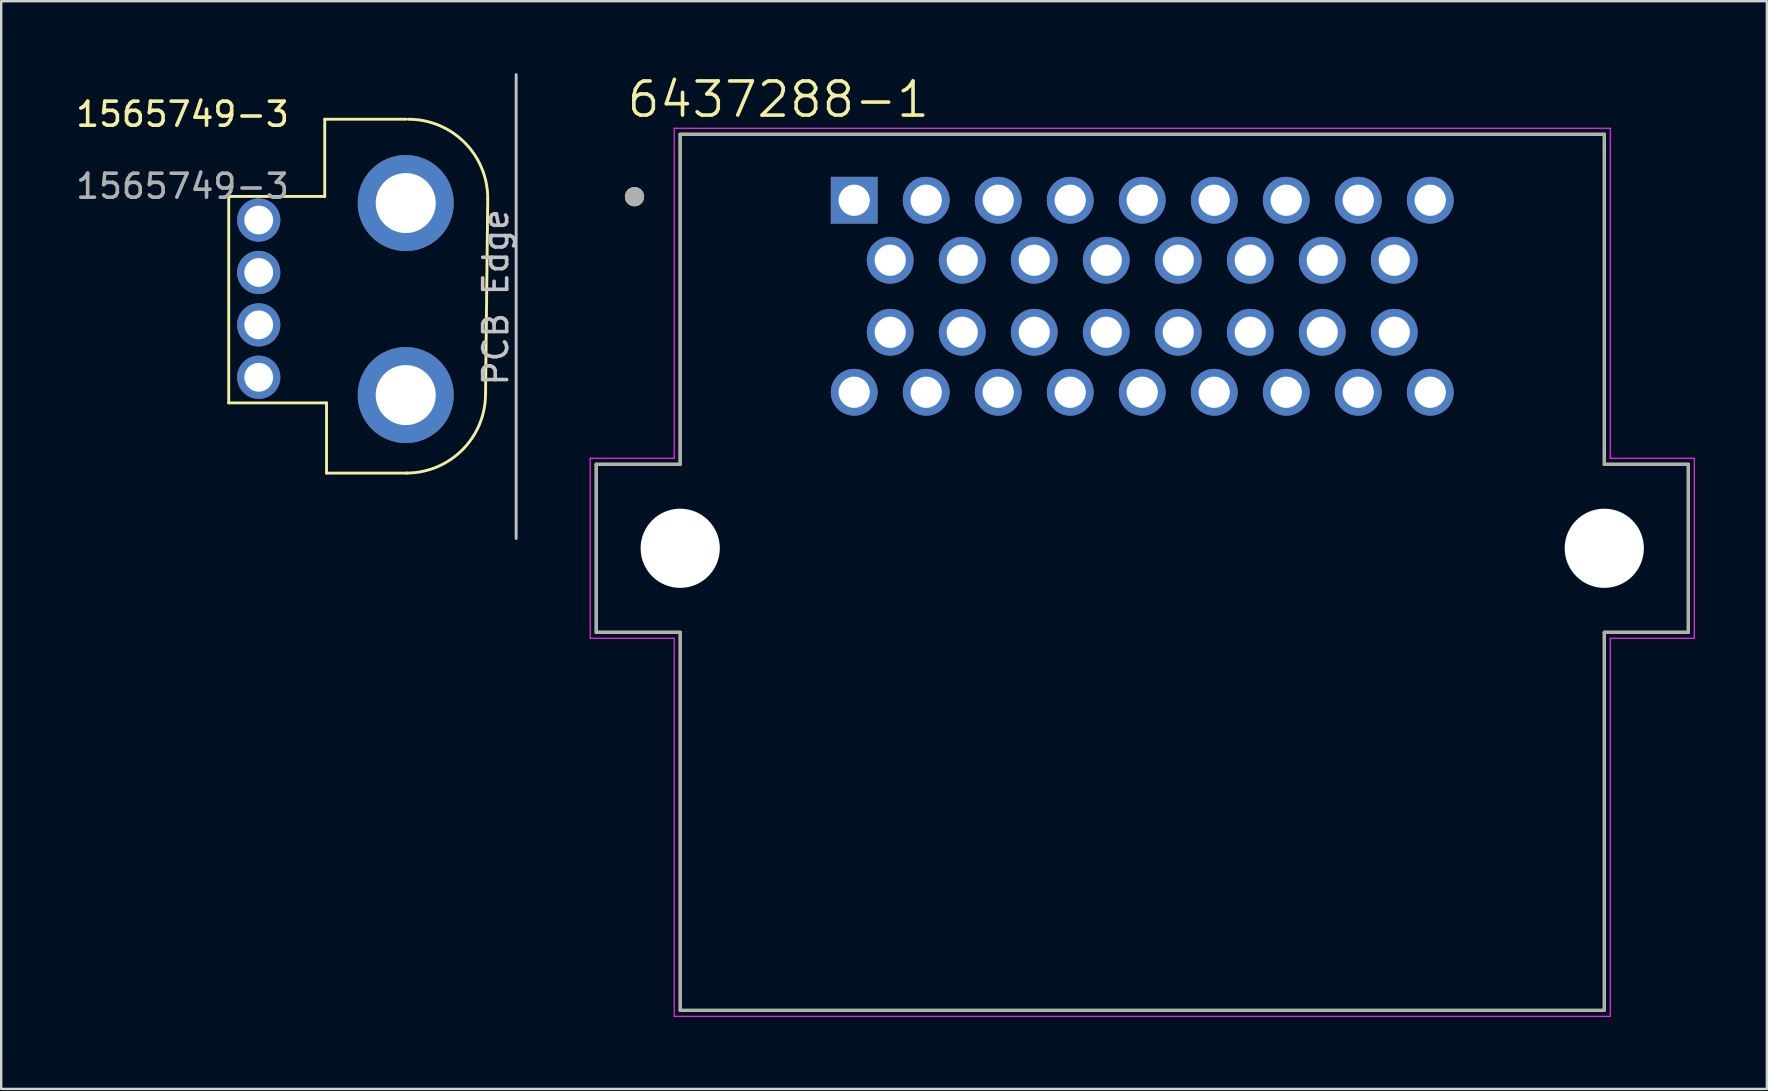
<source format=kicad_pcb>
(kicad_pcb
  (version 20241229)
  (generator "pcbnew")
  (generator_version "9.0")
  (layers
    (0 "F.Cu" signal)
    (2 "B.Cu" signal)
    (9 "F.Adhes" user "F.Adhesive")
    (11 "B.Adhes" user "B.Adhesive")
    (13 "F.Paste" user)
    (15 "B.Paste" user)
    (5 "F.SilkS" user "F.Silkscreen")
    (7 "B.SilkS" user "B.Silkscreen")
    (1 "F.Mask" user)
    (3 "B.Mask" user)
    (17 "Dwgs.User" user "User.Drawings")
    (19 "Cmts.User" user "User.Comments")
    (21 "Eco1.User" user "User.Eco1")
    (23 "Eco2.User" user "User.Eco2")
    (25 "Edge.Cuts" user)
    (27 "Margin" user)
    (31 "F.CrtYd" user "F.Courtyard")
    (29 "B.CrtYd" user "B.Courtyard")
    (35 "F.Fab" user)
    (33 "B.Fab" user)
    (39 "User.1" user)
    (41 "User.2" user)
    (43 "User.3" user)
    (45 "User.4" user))
  (footprint "6437288-1"
    (layer "F.Cu")
    (at 44.539 9.293)
    (property "Reference" "6437288-1" (at -15.163 -8.199 0) (layer "F.SilkS") (effects (font (size 1.42 1.42) (thickness 0.15))))
    (attr through_hole)
    (fp_line (start -22.75 7) (end -22.75 14) (stroke (width 0.127) (type solid)) (layer "F.SilkS"))
    (fp_line (start -22.75 14) (end -19.25 14) (stroke (width 0.127) (type solid)) (layer "F.SilkS"))
    (fp_line (start -19.253 -6.748) (end -19.253 7) (stroke (width 0.127) (type solid)) (layer "F.SilkS"))
    (fp_line (start -19.253 7) (end -22.75 7) (stroke (width 0.127) (type solid)) (layer "F.SilkS"))
    (fp_line (start -19.25 14) (end -19.25 29.75) (stroke (width 0.127) (type solid)) (layer "F.SilkS"))
    (fp_line (start -19.25 29.75) (end 19.25 29.75) (stroke (width 0.127) (type solid)) (layer "F.SilkS"))
    (fp_line (start 19.25 -6.75) (end -19.25 -6.75) (stroke (width 0.127) (type solid)) (layer "F.SilkS"))
    (fp_line (start 19.25 7) (end 19.25 -6.75) (stroke (width 0.127) (type solid)) (layer "F.SilkS"))
    (fp_line (start 19.25 14) (end 22.75 14) (stroke (width 0.127) (type solid)) (layer "F.SilkS"))
    (fp_line (start 19.25 29.75) (end 19.25 14) (stroke (width 0.127) (type solid)) (layer "F.SilkS"))
    (fp_line (start 22.75 7) (end 19.25 7) (stroke (width 0.127) (type solid)) (layer "F.SilkS"))
    (fp_line (start 22.75 14) (end 22.75 7) (stroke (width 0.127) (type solid)) (layer "F.SilkS"))
    (fp_circle (center -21.154 -4.148) (end -20.954 -4.148) (stroke (width 0.4) (type solid)) (fill no) (layer "F.SilkS"))
    (fp_line (start -23 6.75) (end -23 14.25) (stroke (width 0.05) (type solid)) (layer "F.CrtYd"))
    (fp_line (start -23 14.25) (end -19.5 14.25) (stroke (width 0.05) (type solid)) (layer "F.CrtYd"))
    (fp_line (start -19.5 -7) (end -19.5 6.75) (stroke (width 0.05) (type solid)) (layer "F.CrtYd"))
    (fp_line (start -19.5 6.75) (end -23 6.75) (stroke (width 0.05) (type solid)) (layer "F.CrtYd"))
    (fp_line (start -19.5 14.25) (end -19.5 30) (stroke (width 0.05) (type solid)) (layer "F.CrtYd"))
    (fp_line (start -19.5 30) (end 19.5 30) (stroke (width 0.05) (type solid)) (layer "F.CrtYd"))
    (fp_line (start 19.5 -7) (end -19.5 -7) (stroke (width 0.05) (type solid)) (layer "F.CrtYd"))
    (fp_line (start 19.5 6.75) (end 19.5 -7) (stroke (width 0.05) (type solid)) (layer "F.CrtYd"))
    (fp_line (start 19.5 14.25) (end 23 14.25) (stroke (width 0.05) (type solid)) (layer "F.CrtYd"))
    (fp_line (start 19.5 30) (end 19.5 14.25) (stroke (width 0.05) (type solid)) (layer "F.CrtYd"))
    (fp_line (start 23 6.75) (end 19.5 6.75) (stroke (width 0.05) (type solid)) (layer "F.CrtYd"))
    (fp_line (start 23 14.25) (end 23 6.75) (stroke (width 0.05) (type solid)) (layer "F.CrtYd"))
    (fp_line (start -22.75 7) (end -22.75 14) (stroke (width 0.127) (type solid)) (layer "F.Fab"))
    (fp_line (start -22.75 14) (end -19.25 14) (stroke (width 0.127) (type solid)) (layer "F.Fab"))
    (fp_line (start -19.25 -6.75) (end -19.25 7) (stroke (width 0.127) (type solid)) (layer "F.Fab"))
    (fp_line (start -19.25 7) (end -22.75 7) (stroke (width 0.127) (type solid)) (layer "F.Fab"))
    (fp_line (start -19.25 14) (end -19.25 29.75) (stroke (width 0.127) (type solid)) (layer "F.Fab"))
    (fp_line (start -19.25 29.75) (end 19.25 29.75) (stroke (width 0.127) (type solid)) (layer "F.Fab"))
    (fp_line (start 19.25 -6.75) (end -19.25 -6.75) (stroke (width 0.127) (type solid)) (layer "F.Fab"))
    (fp_line (start 19.25 7) (end 19.25 -6.75) (stroke (width 0.127) (type solid)) (layer "F.Fab"))
    (fp_line (start 19.25 7) (end 22.75 7) (stroke (width 0.127) (type solid)) (layer "F.Fab"))
    (fp_line (start 19.25 29.75) (end 19.25 14) (stroke (width 0.127) (type solid)) (layer "F.Fab"))
    (fp_line (start 22.75 7) (end 22.75 14) (stroke (width 0.127) (type solid)) (layer "F.Fab"))
    (fp_line (start 22.75 14) (end 19.25 14) (stroke (width 0.127) (type solid)) (layer "F.Fab"))
    (fp_circle (center -21.154 -4.148) (end -20.954 -4.148) (stroke (width 0.4) (type solid)) (fill no) (layer "F.Fab"))
    (pad "" np_thru_hole circle (at -19.25 10.5) (size 3.3 3.3) (drill 3.3) (layers "*.Cu" "*.Mask"))
    (pad "" np_thru_hole circle (at 19.25 10.5) (size 3.3 3.3) (drill 3.3) (layers "*.Cu" "*.Mask"))
    (pad "1" thru_hole rect (at -12 -4) (size 1.95 1.95) (drill 1.3) (layers "*.Cu" "*.Mask"))
    (pad "2" thru_hole circle (at -9 -4) (size 1.95 1.95) (drill 1.3) (layers "*.Cu" "*.Mask"))
    (pad "3" thru_hole circle (at -6 -4) (size 1.95 1.95) (drill 1.3) (layers "*.Cu" "*.Mask"))
    (pad "4" thru_hole circle (at -3 -4) (size 1.95 1.95) (drill 1.3) (layers "*.Cu" "*.Mask"))
    (pad "5" thru_hole circle (at 0 -4) (size 1.95 1.95) (drill 1.3) (layers "*.Cu" "*.Mask"))
    (pad "6" thru_hole circle (at 3 -4) (size 1.95 1.95) (drill 1.3) (layers "*.Cu" "*.Mask"))
    (pad "7" thru_hole circle (at 6 -4) (size 1.95 1.95) (drill 1.3) (layers "*.Cu" "*.Mask"))
    (pad "8" thru_hole circle (at 9 -4) (size 1.95 1.95) (drill 1.3) (layers "*.Cu" "*.Mask"))
    (pad "9" thru_hole circle (at 12 -4) (size 1.95 1.95) (drill 1.3) (layers "*.Cu" "*.Mask"))
    (pad "10" thru_hole circle (at -10.5 -1.5) (size 1.95 1.95) (drill 1.3) (layers "*.Cu" "*.Mask"))
    (pad "11" thru_hole circle (at -7.5 -1.5) (size 1.95 1.95) (drill 1.3) (layers "*.Cu" "*.Mask"))
    (pad "12" thru_hole circle (at -4.5 -1.5) (size 1.95 1.95) (drill 1.3) (layers "*.Cu" "*.Mask"))
    (pad "13" thru_hole circle (at -1.5 -1.5) (size 1.95 1.95) (drill 1.3) (layers "*.Cu" "*.Mask"))
    (pad "14" thru_hole circle (at 1.5 -1.5) (size 1.95 1.95) (drill 1.3) (layers "*.Cu" "*.Mask"))
    (pad "15" thru_hole circle (at 4.5 -1.5) (size 1.95 1.95) (drill 1.3) (layers "*.Cu" "*.Mask"))
    (pad "16" thru_hole circle (at 7.5 -1.5) (size 1.95 1.95) (drill 1.3) (layers "*.Cu" "*.Mask"))
    (pad "17" thru_hole circle (at 10.5 -1.5) (size 1.95 1.95) (drill 1.3) (layers "*.Cu" "*.Mask"))
    (pad "18" thru_hole circle (at -10.5 1.5) (size 1.95 1.95) (drill 1.3) (layers "*.Cu" "*.Mask"))
    (pad "19" thru_hole circle (at -7.5 1.5) (size 1.95 1.95) (drill 1.3) (layers "*.Cu" "*.Mask"))
    (pad "20" thru_hole circle (at -4.5 1.5) (size 1.95 1.95) (drill 1.3) (layers "*.Cu" "*.Mask"))
    (pad "21" thru_hole circle (at -1.5 1.5) (size 1.95 1.95) (drill 1.3) (layers "*.Cu" "*.Mask"))
    (pad "22" thru_hole circle (at 1.5 1.5) (size 1.95 1.95) (drill 1.3) (layers "*.Cu" "*.Mask"))
    (pad "23" thru_hole circle (at 4.5 1.5) (size 1.95 1.95) (drill 1.3) (layers "*.Cu" "*.Mask"))
    (pad "24" thru_hole circle (at 7.5 1.5) (size 1.95 1.95) (drill 1.3) (layers "*.Cu" "*.Mask"))
    (pad "25" thru_hole circle (at 10.5 1.5) (size 1.95 1.95) (drill 1.3) (layers "*.Cu" "*.Mask"))
    (pad "26" thru_hole circle (at -12 4) (size 1.95 1.95) (drill 1.3) (layers "*.Cu" "*.Mask"))
    (pad "27" thru_hole circle (at -9 4) (size 1.95 1.95) (drill 1.3) (layers "*.Cu" "*.Mask"))
    (pad "28" thru_hole circle (at -6 4) (size 1.95 1.95) (drill 1.3) (layers "*.Cu" "*.Mask"))
    (pad "29" thru_hole circle (at -3 4) (size 1.95 1.95) (drill 1.3) (layers "*.Cu" "*.Mask"))
    (pad "30" thru_hole circle (at 0 4) (size 1.95 1.95) (drill 1.3) (layers "*.Cu" "*.Mask"))
    (pad "31" thru_hole circle (at 3 4) (size 1.95 1.95) (drill 1.3) (layers "*.Cu" "*.Mask"))
    (pad "32" thru_hole circle (at 6 4) (size 1.95 1.95) (drill 1.3) (layers "*.Cu" "*.Mask"))
    (pad "33" thru_hole circle (at 9 4) (size 1.95 1.95) (drill 1.3) (layers "*.Cu" "*.Mask"))
    (pad "34" thru_hole circle (at 12 4) (size 1.95 1.95) (drill 1.3) (layers "*.Cu" "*.Mask")))
  (footprint "1565749-3"
    (layer "F.Cu")
    (at 7.729 9.41)
    (property "Reference" "1565749-3" (at -3.175 -7.7 0) (unlocked yes) (layer "F.SilkS") (effects (font (size 1 1) (thickness 0.15))))
    (attr through_hole)
    (fp_line (start -1.25 -4.275) (end -1.25 4.325) (stroke (width 0.12) (type solid)) (layer "F.SilkS"))
    (fp_line (start -1.25 4.325) (end 2.825 4.325) (stroke (width 0.12) (type solid)) (layer "F.SilkS"))
    (fp_line (start 2.75 -4.275) (end -1.25 -4.275) (stroke (width 0.12) (type solid)) (layer "F.SilkS"))
    (fp_line (start 2.75 -4.275) (end 2.75 -7.492) (stroke (width 0.12) (type solid)) (layer "F.SilkS"))
    (fp_line (start 2.825 4.325) (end 2.825 7.25) (stroke (width 0.12) (type solid)) (layer "F.SilkS"))
    (fp_line (start 2.825 7.25) (end 6.175 7.25) (stroke (width 0.12) (type solid)) (layer "F.SilkS"))
    (fp_line (start 6.15 -7.492) (end 2.75 -7.492) (stroke (width 0.12) (type solid)) (layer "F.SilkS"))
    (fp_line (start 9.542 -4.192) (end 9.45 3.95) (stroke (width 0.12) (type solid)) (layer "F.SilkS"))
    (fp_arc (start 6.241548 -7.491548) (mid 8.575 -6.525) (end 9.541548 -4.191548) (stroke (width 0.12) (type solid)) (layer "F.SilkS"))
    (fp_arc (start 9.45 3.95) (mid 8.483452 6.283452) (end 6.15 7.25) (stroke (width 0.12) (type solid)) (layer "F.SilkS"))
    (fp_line (start 10.725 -9.35) (end 10.725 9.975) (stroke (width 0.12) (type solid)) (layer "Dwgs.User"))
    (fp_text user "PCB Edge" (at 9.875 -0.075 90) (unlocked yes) (layer "Dwgs.User") (effects (font (size 1 1) (thickness 0.15))))
    (fp_text user "${REFERENCE}" (at -3.175 -4.7 0) (unlocked yes) (layer "F.Fab") (effects (font (size 1 1) (thickness 0.15))))
    (pad "1" thru_hole circle (at 0 -3.292 90) (size 1.8 1.8) (drill 1.2) (layers "*.Cu" "*.Mask"))
    (pad "2" thru_hole circle (at 0 -1.108 90) (size 1.8 1.8) (drill 1.2) (layers "*.Cu" "*.Mask"))
    (pad "3" thru_hole circle (at 0 1.075 90) (size 1.8 1.8) (drill 1.2) (layers "*.Cu" "*.Mask"))
    (pad "4" thru_hole circle (at 0 3.258 90) (size 1.8 1.8) (drill 1.2) (layers "*.Cu" "*.Mask"))
    (pad "MH1" thru_hole circle (at 6.125 -4 90) (size 4 4) (drill 2.5) (layers "*.Cu" "*.Mask"))
    (pad "MH2" thru_hole circle (at 6.125 4 90) (size 4 4) (drill 2.5) (layers "*.Cu" "*.Mask")))
  (gr_rect
    (start -3 -3)
    (end 70.564 42.318)
    (stroke (width 0.1) (type default))
    (fill no)
    (layer "Edge.Cuts")))
</source>
